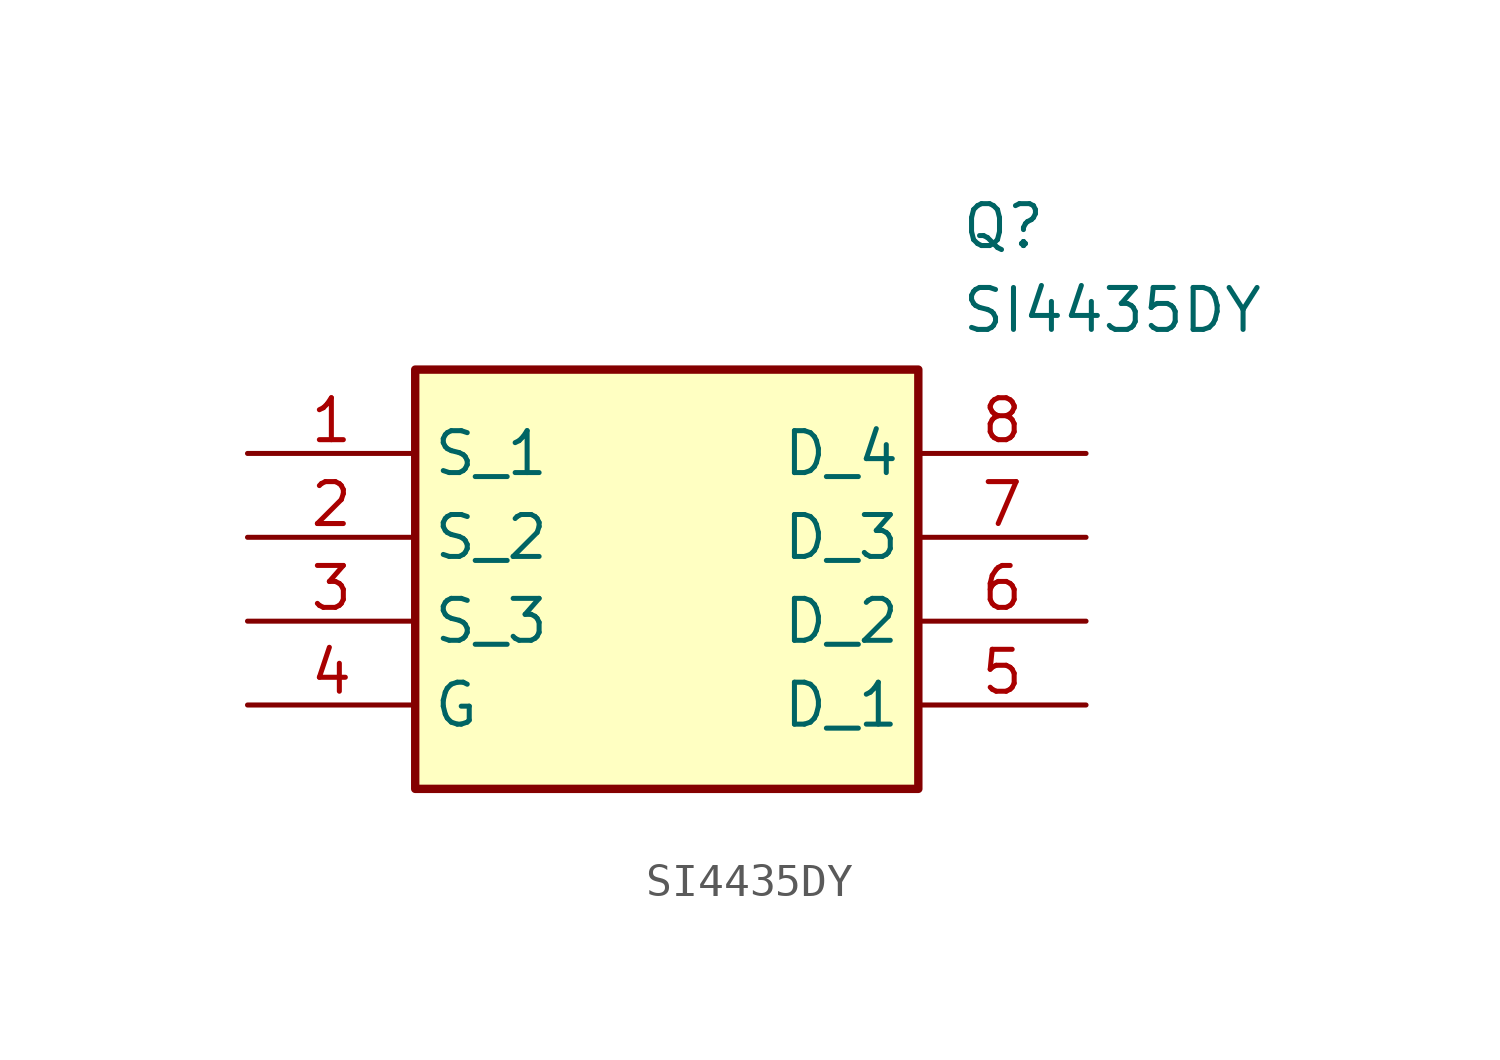
<source format=kicad_sym>
(kicad_symbol_lib
  (version 20220914)
  (generator kicad_symbol_editor)
  (symbol "SI4435DY"
    (property "Reference" "Q"
      (at 21.59 7.62 0)
      (effects (font (size 1.27 1.27)) (justify left top)))
    (property "Value" "SI4435DY"
      (at 21.59 5.08 0)
      (effects (font (size 1.27 1.27)) (justify left top)))
    (symbol "SI4435DY_1_1"
      (rectangle (start 5.08 2.54) (end 20.32 -10.16) (stroke (width 0.254) (type default)) (fill (type background)))
      (pin passive line (at 0 0 0) (length 5.08) (name "S_1" (effects (font (size 1.27 1.27)))) (number "1" (effects (font (size 1.27 1.27)))))
      (pin passive line (at 0 -2.54 0) (length 5.08) (name "S_2" (effects (font (size 1.27 1.27)))) (number "2" (effects (font (size 1.27 1.27)))))
      (pin passive line (at 0 -5.08 0) (length 5.08) (name "S_3" (effects (font (size 1.27 1.27)))) (number "3" (effects (font (size 1.27 1.27)))))
      (pin passive line (at 0 -7.62 0) (length 5.08) (name "G" (effects (font (size 1.27 1.27)))) (number "4" (effects (font (size 1.27 1.27)))))
      (pin passive line (at 25.4 -7.62 180) (length 5.08) (name "D_1" (effects (font (size 1.27 1.27)))) (number "5" (effects (font (size 1.27 1.27)))))
      (pin passive line (at 25.4 -5.08 180) (length 5.08) (name "D_2" (effects (font (size 1.27 1.27)))) (number "6" (effects (font (size 1.27 1.27)))))
      (pin passive line (at 25.4 -2.54 180) (length 5.08) (name "D_3" (effects (font (size 1.27 1.27)))) (number "7" (effects (font (size 1.27 1.27)))))
      (pin passive line (at 25.4 0 180) (length 5.08) (name "D_4" (effects (font (size 1.27 1.27)))) (number "8" (effects (font (size 1.27 1.27))))))))
</source>
